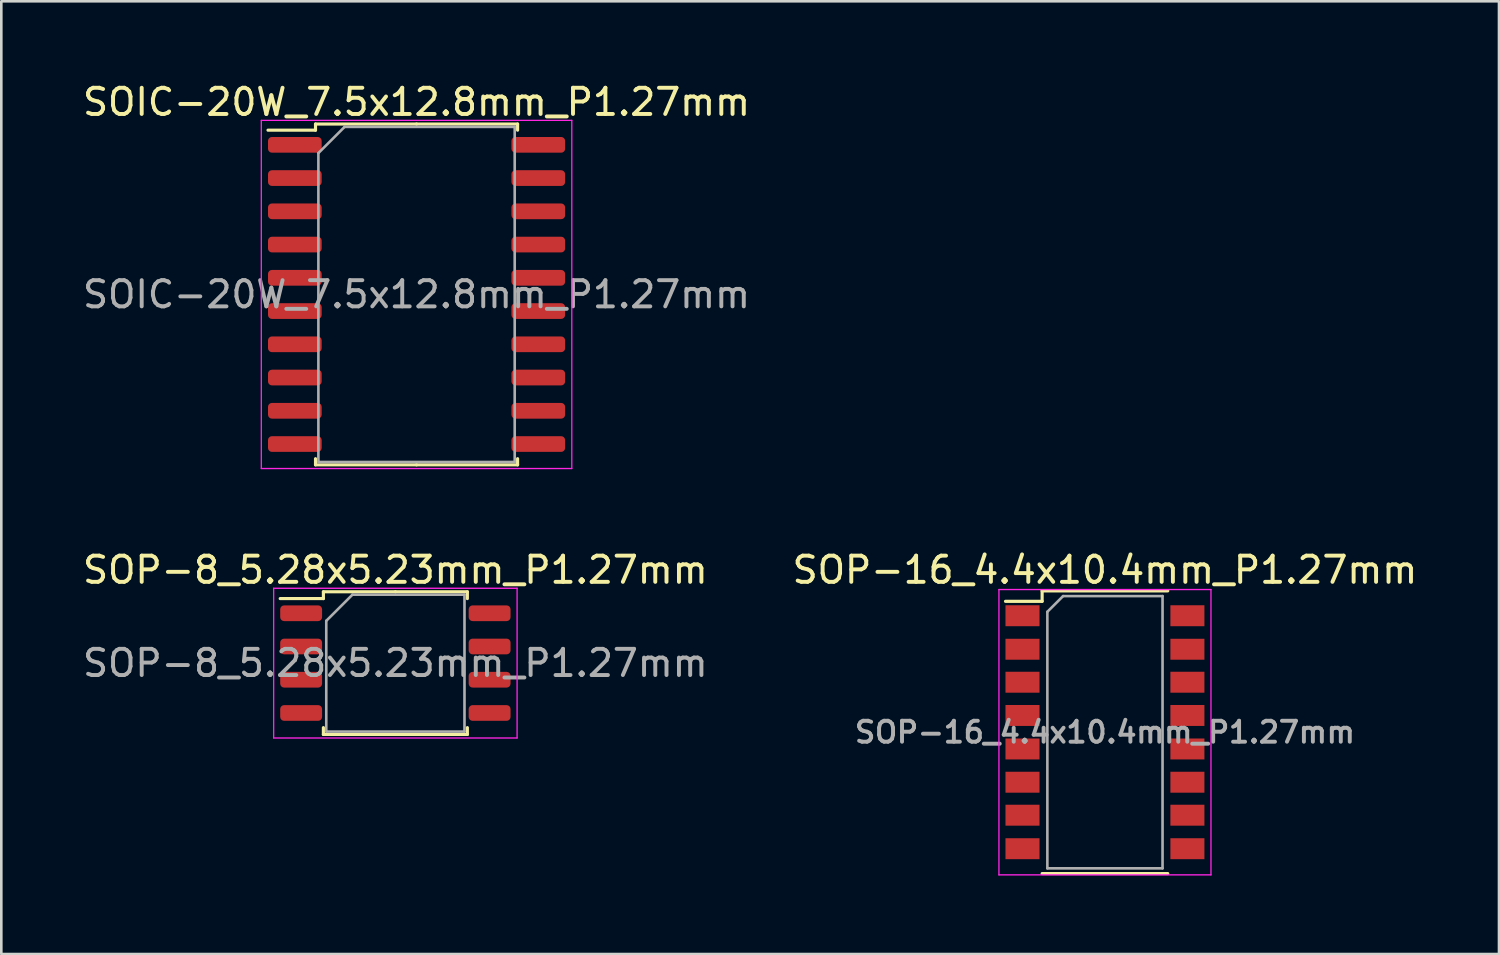
<source format=kicad_pcb>
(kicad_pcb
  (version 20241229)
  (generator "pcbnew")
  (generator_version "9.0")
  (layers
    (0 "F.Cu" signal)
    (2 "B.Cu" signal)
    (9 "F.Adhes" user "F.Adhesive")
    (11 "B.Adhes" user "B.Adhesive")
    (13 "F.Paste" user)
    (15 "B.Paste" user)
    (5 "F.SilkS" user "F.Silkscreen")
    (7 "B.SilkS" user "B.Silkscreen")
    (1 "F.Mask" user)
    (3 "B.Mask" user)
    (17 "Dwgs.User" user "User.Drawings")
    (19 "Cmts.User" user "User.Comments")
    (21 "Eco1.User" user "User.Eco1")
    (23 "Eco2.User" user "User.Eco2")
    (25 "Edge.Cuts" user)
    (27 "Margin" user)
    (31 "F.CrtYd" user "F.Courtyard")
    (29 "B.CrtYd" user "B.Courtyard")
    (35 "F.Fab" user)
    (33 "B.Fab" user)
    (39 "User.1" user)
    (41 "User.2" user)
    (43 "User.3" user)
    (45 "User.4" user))
  (footprint "SOP-8_5.28x5.23mm_P1.27mm"
    (layer "F.Cu")
    (at 12.054 22.282)
    (property "Reference" "SOP-8_5.28x5.23mm_P1.27mm" (at 0 -3.56 0) (layer "F.SilkS") (effects (font (size 1 1) (thickness 0.15))))
    (attr smd)
    (fp_line (start -2.75 -2.725) (end -2.75 -2.465) (stroke (width 0.12) (type solid)) (layer "F.SilkS"))
    (fp_line (start -2.75 -2.465) (end -4.4 -2.465) (stroke (width 0.12) (type solid)) (layer "F.SilkS"))
    (fp_line (start -2.75 2.725) (end -2.75 2.465) (stroke (width 0.12) (type solid)) (layer "F.SilkS"))
    (fp_line (start 0 -2.725) (end -2.75 -2.725) (stroke (width 0.12) (type solid)) (layer "F.SilkS"))
    (fp_line (start 0 -2.725) (end 2.75 -2.725) (stroke (width 0.12) (type solid)) (layer "F.SilkS"))
    (fp_line (start 0 2.725) (end -2.75 2.725) (stroke (width 0.12) (type solid)) (layer "F.SilkS"))
    (fp_line (start 0 2.725) (end 2.75 2.725) (stroke (width 0.12) (type solid)) (layer "F.SilkS"))
    (fp_line (start 2.75 -2.725) (end 2.75 -2.465) (stroke (width 0.12) (type solid)) (layer "F.SilkS"))
    (fp_line (start 2.75 2.725) (end 2.75 2.465) (stroke (width 0.12) (type solid)) (layer "F.SilkS"))
    (fp_line (start -4.65 -2.86) (end -4.65 2.86) (stroke (width 0.05) (type solid)) (layer "F.CrtYd"))
    (fp_line (start -4.65 2.86) (end 4.65 2.86) (stroke (width 0.05) (type solid)) (layer "F.CrtYd"))
    (fp_line (start 4.65 -2.86) (end -4.65 -2.86) (stroke (width 0.05) (type solid)) (layer "F.CrtYd"))
    (fp_line (start 4.65 2.86) (end 4.65 -2.86) (stroke (width 0.05) (type solid)) (layer "F.CrtYd"))
    (fp_line (start -2.64 -1.615) (end -1.64 -2.615) (stroke (width 0.1) (type solid)) (layer "F.Fab"))
    (fp_line (start -2.64 2.615) (end -2.64 -1.615) (stroke (width 0.1) (type solid)) (layer "F.Fab"))
    (fp_line (start -1.64 -2.615) (end 2.64 -2.615) (stroke (width 0.1) (type solid)) (layer "F.Fab"))
    (fp_line (start 2.64 -2.615) (end 2.64 2.615) (stroke (width 0.1) (type solid)) (layer "F.Fab"))
    (fp_line (start 2.64 2.615) (end -2.64 2.615) (stroke (width 0.1) (type solid)) (layer "F.Fab"))
    (fp_text user "${REFERENCE}" (at 0 0 0) (layer "F.Fab") (effects (font (size 1 1) (thickness 0.15))))
    (pad "1" smd roundrect (at -3.6 -1.905) (size 1.6 0.6) (layers "F.Cu" "F.Mask" "F.Paste") (roundrect_rratio 0.25))
    (pad "2" smd roundrect (at -3.6 -0.635) (size 1.6 0.6) (layers "F.Cu" "F.Mask" "F.Paste") (roundrect_rratio 0.25))
    (pad "3" smd roundrect (at -3.6 0.635) (size 1.6 0.6) (layers "F.Cu" "F.Mask" "F.Paste") (roundrect_rratio 0.25))
    (pad "4" smd roundrect (at -3.6 1.905) (size 1.6 0.6) (layers "F.Cu" "F.Mask" "F.Paste") (roundrect_rratio 0.25))
    (pad "5" smd roundrect (at 3.6 1.905) (size 1.6 0.6) (layers "F.Cu" "F.Mask" "F.Paste") (roundrect_rratio 0.25))
    (pad "6" smd roundrect (at 3.6 0.635) (size 1.6 0.6) (layers "F.Cu" "F.Mask" "F.Paste") (roundrect_rratio 0.25))
    (pad "7" smd roundrect (at 3.6 -0.635) (size 1.6 0.6) (layers "F.Cu" "F.Mask" "F.Paste") (roundrect_rratio 0.25))
    (pad "8" smd roundrect (at 3.6 -1.905) (size 1.6 0.6) (layers "F.Cu" "F.Mask" "F.Paste") (roundrect_rratio 0.25)))
  (footprint "SOIC-20W_7.5x12.8mm_P1.27mm"
    (layer "F.Cu")
    (at 12.863 8.198)
    (property "Reference" "SOIC-20W_7.5x12.8mm_P1.27mm" (at 0 -7.35 0) (layer "F.SilkS") (effects (font (size 1 1) (thickness 0.15))))
    (attr smd)
    (fp_line (start -3.86 -6.51) (end -3.86 -6.275) (stroke (width 0.12) (type solid)) (layer "F.SilkS"))
    (fp_line (start -3.86 -6.275) (end -5.675 -6.275) (stroke (width 0.12) (type solid)) (layer "F.SilkS"))
    (fp_line (start -3.86 6.51) (end -3.86 6.275) (stroke (width 0.12) (type solid)) (layer "F.SilkS"))
    (fp_line (start 0 -6.51) (end -3.86 -6.51) (stroke (width 0.12) (type solid)) (layer "F.SilkS"))
    (fp_line (start 0 -6.51) (end 3.86 -6.51) (stroke (width 0.12) (type solid)) (layer "F.SilkS"))
    (fp_line (start 0 6.51) (end -3.86 6.51) (stroke (width 0.12) (type solid)) (layer "F.SilkS"))
    (fp_line (start 0 6.51) (end 3.86 6.51) (stroke (width 0.12) (type solid)) (layer "F.SilkS"))
    (fp_line (start 3.86 -6.51) (end 3.86 -6.275) (stroke (width 0.12) (type solid)) (layer "F.SilkS"))
    (fp_line (start 3.86 6.51) (end 3.86 6.275) (stroke (width 0.12) (type solid)) (layer "F.SilkS"))
    (fp_line (start -5.93 -6.65) (end -5.93 6.65) (stroke (width 0.05) (type solid)) (layer "F.CrtYd"))
    (fp_line (start -5.93 6.65) (end 5.93 6.65) (stroke (width 0.05) (type solid)) (layer "F.CrtYd"))
    (fp_line (start 5.93 -6.65) (end -5.93 -6.65) (stroke (width 0.05) (type solid)) (layer "F.CrtYd"))
    (fp_line (start 5.93 6.65) (end 5.93 -6.65) (stroke (width 0.05) (type solid)) (layer "F.CrtYd"))
    (fp_line (start -3.75 -5.4) (end -2.75 -6.4) (stroke (width 0.1) (type solid)) (layer "F.Fab"))
    (fp_line (start -3.75 6.4) (end -3.75 -5.4) (stroke (width 0.1) (type solid)) (layer "F.Fab"))
    (fp_line (start -2.75 -6.4) (end 3.75 -6.4) (stroke (width 0.1) (type solid)) (layer "F.Fab"))
    (fp_line (start 3.75 -6.4) (end 3.75 6.4) (stroke (width 0.1) (type solid)) (layer "F.Fab"))
    (fp_line (start 3.75 6.4) (end -3.75 6.4) (stroke (width 0.1) (type solid)) (layer "F.Fab"))
    (fp_text user "${REFERENCE}" (at 0 0 0) (layer "F.Fab") (effects (font (size 1 1) (thickness 0.15))))
    (pad "1" smd roundrect (at -4.65 -5.715) (size 2.05 0.6) (layers "F.Cu" "F.Mask" "F.Paste") (roundrect_rratio 0.25))
    (pad "2" smd roundrect (at -4.65 -4.445) (size 2.05 0.6) (layers "F.Cu" "F.Mask" "F.Paste") (roundrect_rratio 0.25))
    (pad "3" smd roundrect (at -4.65 -3.175) (size 2.05 0.6) (layers "F.Cu" "F.Mask" "F.Paste") (roundrect_rratio 0.25))
    (pad "4" smd roundrect (at -4.65 -1.905) (size 2.05 0.6) (layers "F.Cu" "F.Mask" "F.Paste") (roundrect_rratio 0.25))
    (pad "5" smd roundrect (at -4.65 -0.635) (size 2.05 0.6) (layers "F.Cu" "F.Mask" "F.Paste") (roundrect_rratio 0.25))
    (pad "6" smd roundrect (at -4.65 0.635) (size 2.05 0.6) (layers "F.Cu" "F.Mask" "F.Paste") (roundrect_rratio 0.25))
    (pad "7" smd roundrect (at -4.65 1.905) (size 2.05 0.6) (layers "F.Cu" "F.Mask" "F.Paste") (roundrect_rratio 0.25))
    (pad "8" smd roundrect (at -4.65 3.175) (size 2.05 0.6) (layers "F.Cu" "F.Mask" "F.Paste") (roundrect_rratio 0.25))
    (pad "9" smd roundrect (at -4.65 4.445) (size 2.05 0.6) (layers "F.Cu" "F.Mask" "F.Paste") (roundrect_rratio 0.25))
    (pad "10" smd roundrect (at -4.65 5.715) (size 2.05 0.6) (layers "F.Cu" "F.Mask" "F.Paste") (roundrect_rratio 0.25))
    (pad "11" smd roundrect (at 4.65 5.715) (size 2.05 0.6) (layers "F.Cu" "F.Mask" "F.Paste") (roundrect_rratio 0.25))
    (pad "12" smd roundrect (at 4.65 4.445) (size 2.05 0.6) (layers "F.Cu" "F.Mask" "F.Paste") (roundrect_rratio 0.25))
    (pad "13" smd roundrect (at 4.65 3.175) (size 2.05 0.6) (layers "F.Cu" "F.Mask" "F.Paste") (roundrect_rratio 0.25))
    (pad "14" smd roundrect (at 4.65 1.905) (size 2.05 0.6) (layers "F.Cu" "F.Mask" "F.Paste") (roundrect_rratio 0.25))
    (pad "15" smd roundrect (at 4.65 0.635) (size 2.05 0.6) (layers "F.Cu" "F.Mask" "F.Paste") (roundrect_rratio 0.25))
    (pad "16" smd roundrect (at 4.65 -0.635) (size 2.05 0.6) (layers "F.Cu" "F.Mask" "F.Paste") (roundrect_rratio 0.25))
    (pad "17" smd roundrect (at 4.65 -1.905) (size 2.05 0.6) (layers "F.Cu" "F.Mask" "F.Paste") (roundrect_rratio 0.25))
    (pad "18" smd roundrect (at 4.65 -3.175) (size 2.05 0.6) (layers "F.Cu" "F.Mask" "F.Paste") (roundrect_rratio 0.25))
    (pad "19" smd roundrect (at 4.65 -4.445) (size 2.05 0.6) (layers "F.Cu" "F.Mask" "F.Paste") (roundrect_rratio 0.25))
    (pad "20" smd roundrect (at 4.65 -5.715) (size 2.05 0.6) (layers "F.Cu" "F.Mask" "F.Paste") (roundrect_rratio 0.25)))
  (footprint "SOP-16_4.4x10.4mm_P1.27mm"
    (layer "F.Cu")
    (at 39.161 24.922)
    (property "Reference" "SOP-16_4.4x10.4mm_P1.27mm" (at 0 -6.2 0) (layer "F.SilkS") (effects (font (size 1 1) (thickness 0.15))))
    (attr smd)
    (fp_line (start -2.4 -5.4) (end -2.4 -5) (stroke (width 0.12) (type solid)) (layer "F.SilkS"))
    (fp_line (start -2.4 -5.4) (end 2.4 -5.4) (stroke (width 0.12) (type solid)) (layer "F.SilkS"))
    (fp_line (start -2.4 -5) (end -3.8 -5) (stroke (width 0.12) (type solid)) (layer "F.SilkS"))
    (fp_line (start -2.4 5.4) (end 2.4 5.4) (stroke (width 0.12) (type solid)) (layer "F.SilkS"))
    (fp_line (start -4.05 -5.45) (end -4.05 5.45) (stroke (width 0.05) (type solid)) (layer "F.CrtYd"))
    (fp_line (start -4.05 -5.45) (end 4.05 -5.45) (stroke (width 0.05) (type solid)) (layer "F.CrtYd"))
    (fp_line (start 4.05 5.45) (end -4.05 5.45) (stroke (width 0.05) (type solid)) (layer "F.CrtYd"))
    (fp_line (start 4.05 5.45) (end 4.05 -5.45) (stroke (width 0.05) (type solid)) (layer "F.CrtYd"))
    (fp_line (start -2.2 -4.6) (end -1.6 -5.2) (stroke (width 0.1) (type solid)) (layer "F.Fab"))
    (fp_line (start -2.2 5.2) (end -2.2 -4.6) (stroke (width 0.1) (type solid)) (layer "F.Fab"))
    (fp_line (start -1.6 -5.2) (end 2.2 -5.2) (stroke (width 0.1) (type solid)) (layer "F.Fab"))
    (fp_line (start 2.2 -5.2) (end 2.2 5.2) (stroke (width 0.1) (type solid)) (layer "F.Fab"))
    (fp_line (start 2.2 5.2) (end -2.2 5.2) (stroke (width 0.1) (type solid)) (layer "F.Fab"))
    (fp_text user "${REFERENCE}" (at 0 0 0) (layer "F.Fab") (effects (font (size 0.8 0.8) (thickness 0.15))))
    (pad "1" smd rect (at -3.15 -4.45) (size 1.3 0.8) (layers "F.Cu" "F.Mask" "F.Paste"))
    (pad "2" smd rect (at -3.15 -3.17) (size 1.3 0.8) (layers "F.Cu" "F.Mask" "F.Paste"))
    (pad "3" smd rect (at -3.15 -1.91) (size 1.3 0.8) (layers "F.Cu" "F.Mask" "F.Paste"))
    (pad "4" smd rect (at -3.15 -0.64) (size 1.3 0.8) (layers "F.Cu" "F.Mask" "F.Paste"))
    (pad "5" smd rect (at -3.15 0.64) (size 1.3 0.8) (layers "F.Cu" "F.Mask" "F.Paste"))
    (pad "6" smd rect (at -3.15 1.91) (size 1.3 0.8) (layers "F.Cu" "F.Mask" "F.Paste"))
    (pad "7" smd rect (at -3.15 3.17) (size 1.3 0.8) (layers "F.Cu" "F.Mask" "F.Paste"))
    (pad "8" smd rect (at -3.15 4.45) (size 1.3 0.8) (layers "F.Cu" "F.Mask" "F.Paste"))
    (pad "9" smd rect (at 3.15 4.45) (size 1.3 0.8) (layers "F.Cu" "F.Mask" "F.Paste"))
    (pad "10" smd rect (at 3.15 3.17) (size 1.3 0.8) (layers "F.Cu" "F.Mask" "F.Paste"))
    (pad "11" smd rect (at 3.15 1.91) (size 1.3 0.8) (layers "F.Cu" "F.Mask" "F.Paste"))
    (pad "12" smd rect (at 3.15 0.64) (size 1.3 0.8) (layers "F.Cu" "F.Mask" "F.Paste"))
    (pad "13" smd rect (at 3.15 -0.64) (size 1.3 0.8) (layers "F.Cu" "F.Mask" "F.Paste"))
    (pad "14" smd rect (at 3.15 -1.91) (size 1.3 0.8) (layers "F.Cu" "F.Mask" "F.Paste"))
    (pad "15" smd rect (at 3.15 -3.17) (size 1.3 0.8) (layers "F.Cu" "F.Mask" "F.Paste"))
    (pad "16" smd rect (at 3.15 -4.45) (size 1.3 0.8) (layers "F.Cu" "F.Mask" "F.Paste")))
  (gr_rect
    (start -3 -3)
    (end 54.214 33.397)
    (stroke (width 0.1) (type default))
    (fill no)
    (layer "Edge.Cuts")))
</source>
